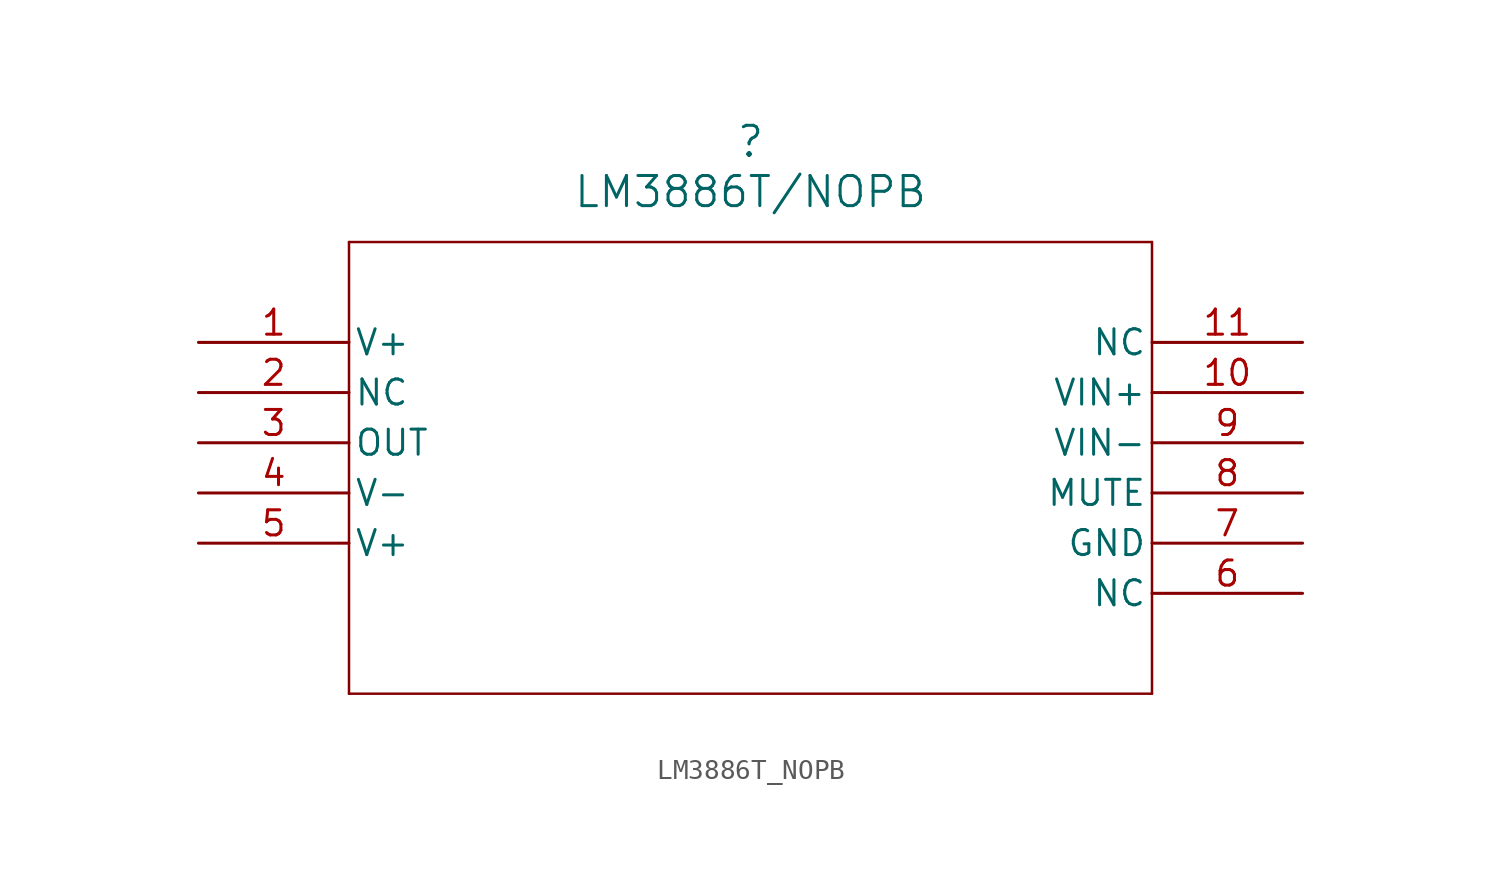
<source format=kicad_sym>
(kicad_symbol_lib
  (version 20211014)
  (generator kicad_symbol_editor)
  (symbol "LM3886T_NOPB"
    (pin_names
      (offset 0.254))
    (property "Reference" ""
      (at 27.94 10.16 0)
      (effects (font (size 1.524 1.524))))
    (property "Value" "LM3886T/NOPB"
      (at 27.94 7.62 0)
      (effects (font (size 1.524 1.524))))
    (symbol "LM3886T_NOPB_0_1"
      (polyline (pts (xy 7.62 5.08) (xy 7.62 -17.78)) (stroke (width 0.127) (type default) (color 0 0 0 0)) (fill (type none)))
      (polyline (pts (xy 7.62 -17.78) (xy 48.26 -17.78)) (stroke (width 0.127) (type default) (color 0 0 0 0)) (fill (type none)))
      (polyline (pts (xy 48.26 -17.78) (xy 48.26 5.08)) (stroke (width 0.127) (type default) (color 0 0 0 0)) (fill (type none)))
      (polyline (pts (xy 48.26 5.08) (xy 7.62 5.08)) (stroke (width 0.127) (type default) (color 0 0 0 0)) (fill (type none)))
      (pin power_in line (at 0 0 0) (length 7.62) (name "V+" (effects (font (size 1.27 1.27)))) (number "1" (effects (font (size 1.27 1.27)))))
      (pin passive line (at 0 -2.54 0) (length 7.62) (name "NC" (effects (font (size 1.27 1.27)))) (number "2" (effects (font (size 1.27 1.27)))))
      (pin output line (at 0 -5.08 0) (length 7.62) (name "OUT" (effects (font (size 1.27 1.27)))) (number "3" (effects (font (size 1.27 1.27)))))
      (pin power_in line (at 0 -7.62 0) (length 7.62) (name "V-" (effects (font (size 1.27 1.27)))) (number "4" (effects (font (size 1.27 1.27)))))
      (pin power_in line (at 0 -10.16 0) (length 7.62) (name "V+" (effects (font (size 1.27 1.27)))) (number "5" (effects (font (size 1.27 1.27)))))
      (pin passive line (at 55.88 -12.7 180) (length 7.62) (name "NC" (effects (font (size 1.27 1.27)))) (number "6" (effects (font (size 1.27 1.27)))))
      (pin power_in line (at 55.88 -10.16 180) (length 7.62) (name "GND" (effects (font (size 1.27 1.27)))) (number "7" (effects (font (size 1.27 1.27)))))
      (pin input line (at 55.88 -7.62 180) (length 7.62) (name "MUTE" (effects (font (size 1.27 1.27)))) (number "8" (effects (font (size 1.27 1.27)))))
      (pin input line (at 55.88 -5.08 180) (length 7.62) (name "VIN-" (effects (font (size 1.27 1.27)))) (number "9" (effects (font (size 1.27 1.27)))))
      (pin input line (at 55.88 -2.54 180) (length 7.62) (name "VIN+" (effects (font (size 1.27 1.27)))) (number "10" (effects (font (size 1.27 1.27)))))
      (pin passive line (at 55.88 0 180) (length 7.62) (name "NC" (effects (font (size 1.27 1.27)))) (number "11" (effects (font (size 1.27 1.27))))))))
</source>
